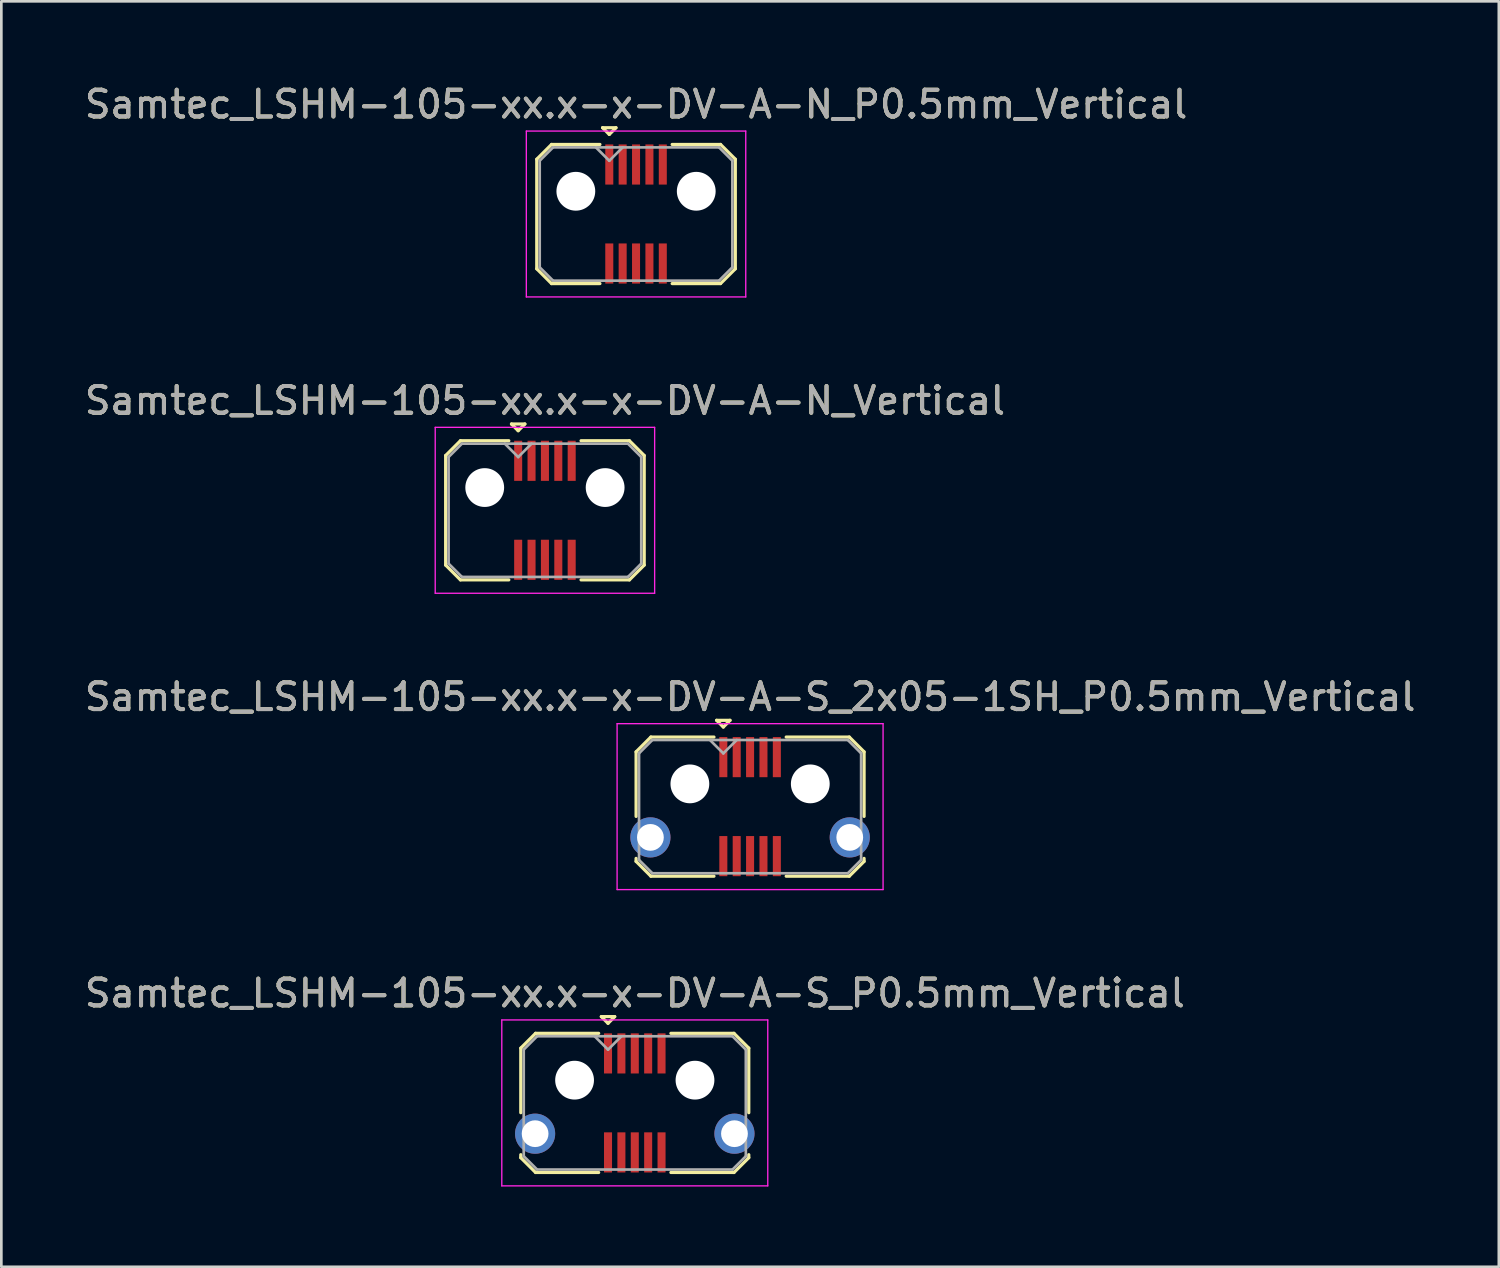
<source format=kicad_pcb>
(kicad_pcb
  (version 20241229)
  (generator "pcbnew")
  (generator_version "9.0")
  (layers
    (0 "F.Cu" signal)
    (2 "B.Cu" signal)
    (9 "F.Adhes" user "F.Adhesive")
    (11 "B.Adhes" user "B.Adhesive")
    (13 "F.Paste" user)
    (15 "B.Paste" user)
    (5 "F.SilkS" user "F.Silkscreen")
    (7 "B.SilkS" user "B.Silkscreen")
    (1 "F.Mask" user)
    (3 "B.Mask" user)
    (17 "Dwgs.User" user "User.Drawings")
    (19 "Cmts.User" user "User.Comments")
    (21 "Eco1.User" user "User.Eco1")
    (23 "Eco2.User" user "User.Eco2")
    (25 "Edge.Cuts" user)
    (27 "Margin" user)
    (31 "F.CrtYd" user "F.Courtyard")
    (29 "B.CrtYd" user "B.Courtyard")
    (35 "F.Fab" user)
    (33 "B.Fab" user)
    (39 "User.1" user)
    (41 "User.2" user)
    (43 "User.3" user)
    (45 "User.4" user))
  (footprint "Samtec_LSHM-105-xx.x-x-DV-A-S_2x05-1SH_P0.5mm_Vertical"
    (layer "F.Cu")
    (at 24.982 27.095)
    (property "Reference" "Samtec_LSHM-105-xx.x-x-DV-A-S_2x05-1SH_P0.5mm_Vertical" (at 0 -4.1 0) (layer "F.SilkS") (effects (font (size 1 1) (thickness 0.15))))
    (attr smd)
    (fp_line (start -4.26 -2.047) (end -4.26 0.365) (stroke (width 0.12) (type solid)) (layer "F.SilkS"))
    (fp_line (start -4.26 1.935) (end -4.26 2.047) (stroke (width 0.12) (type solid)) (layer "F.SilkS"))
    (fp_line (start -4.26 2.047) (end -3.707 2.6) (stroke (width 0.12) (type solid)) (layer "F.SilkS"))
    (fp_line (start -3.707 -2.6) (end -4.26 -2.047) (stroke (width 0.12) (type solid)) (layer "F.SilkS"))
    (fp_line (start -3.707 2.6) (end -1.35 2.6) (stroke (width 0.12) (type solid)) (layer "F.SilkS"))
    (fp_line (start -1.35 -2.6) (end -3.707 -2.6) (stroke (width 0.12) (type solid)) (layer "F.SilkS"))
    (fp_line (start -1.25 -3.225) (end -0.75 -3.225) (stroke (width 0.12) (type solid)) (layer "F.SilkS"))
    (fp_line (start -1 -2.975) (end -1.25 -3.225) (stroke (width 0.12) (type solid)) (layer "F.SilkS"))
    (fp_line (start -0.75 -3.225) (end -1 -2.975) (stroke (width 0.12) (type solid)) (layer "F.SilkS"))
    (fp_line (start 1.35 -2.6) (end 3.707 -2.6) (stroke (width 0.12) (type solid)) (layer "F.SilkS"))
    (fp_line (start 3.707 -2.6) (end 4.26 -2.047) (stroke (width 0.12) (type solid)) (layer "F.SilkS"))
    (fp_line (start 3.707 2.6) (end 1.35 2.6) (stroke (width 0.12) (type solid)) (layer "F.SilkS"))
    (fp_line (start 4.26 -2.047) (end 4.26 0.365) (stroke (width 0.12) (type solid)) (layer "F.SilkS"))
    (fp_line (start 4.26 1.935) (end 4.26 2.047) (stroke (width 0.12) (type solid)) (layer "F.SilkS"))
    (fp_line (start 4.26 2.047) (end 3.707 2.6) (stroke (width 0.12) (type solid)) (layer "F.SilkS"))
    (fp_line (start -4.97 -3.1) (end -4.97 3.1) (stroke (width 0.05) (type solid)) (layer "F.CrtYd"))
    (fp_line (start -4.97 3.1) (end 4.97 3.1) (stroke (width 0.05) (type solid)) (layer "F.CrtYd"))
    (fp_line (start 4.97 -3.1) (end -4.97 -3.1) (stroke (width 0.05) (type solid)) (layer "F.CrtYd"))
    (fp_line (start 4.97 3.1) (end 4.97 -3.1) (stroke (width 0.05) (type solid)) (layer "F.CrtYd"))
    (fp_line (start -4.15 -1.992) (end -4.15 1.992) (stroke (width 0.1) (type solid)) (layer "F.Fab"))
    (fp_line (start -4.15 1.992) (end -3.652 2.49) (stroke (width 0.1) (type solid)) (layer "F.Fab"))
    (fp_line (start -3.652 -2.49) (end -4.15 -1.992) (stroke (width 0.1) (type solid)) (layer "F.Fab"))
    (fp_line (start -3.652 2.49) (end 3.652 2.49) (stroke (width 0.1) (type solid)) (layer "F.Fab"))
    (fp_line (start -1 -1.99) (end -1.5 -2.49) (stroke (width 0.1) (type solid)) (layer "F.Fab"))
    (fp_line (start -0.5 -2.49) (end -1 -1.99) (stroke (width 0.1) (type solid)) (layer "F.Fab"))
    (fp_line (start 3.652 -2.49) (end -3.652 -2.49) (stroke (width 0.1) (type solid)) (layer "F.Fab"))
    (fp_line (start 3.652 2.49) (end 4.15 1.992) (stroke (width 0.1) (type solid)) (layer "F.Fab"))
    (fp_line (start 4.15 -1.992) (end 3.652 -2.49) (stroke (width 0.1) (type solid)) (layer "F.Fab"))
    (fp_line (start 4.15 1.992) (end 4.15 -1.992) (stroke (width 0.1) (type solid)) (layer "F.Fab"))
    (fp_text user "${REFERENCE}" (at 0 -4.1 0) (layer "F.Fab") (effects (font (size 1 1) (thickness 0.15))))
    (pad "" np_thru_hole circle (at -2.25 -0.85) (size 1.45 1.45) (drill 1.45) (layers "*.Cu" "*.Mask"))
    (pad "" np_thru_hole circle (at 2.25 -0.85) (size 1.45 1.45) (drill 1.45) (layers "*.Cu" "*.Mask"))
    (pad "1" smd rect (at -1 -1.85) (size 0.3 1.5) (layers "F.Cu" "F.Mask" "F.Paste"))
    (pad "2" smd rect (at -1 1.85) (size 0.3 1.5) (layers "F.Cu" "F.Mask" "F.Paste"))
    (pad "3" smd rect (at -0.5 -1.85) (size 0.3 1.5) (layers "F.Cu" "F.Mask" "F.Paste"))
    (pad "4" smd rect (at -0.5 1.85) (size 0.3 1.5) (layers "F.Cu" "F.Mask" "F.Paste"))
    (pad "5" smd rect (at 0 -1.85) (size 0.3 1.5) (layers "F.Cu" "F.Mask" "F.Paste"))
    (pad "6" smd rect (at 0 1.85) (size 0.3 1.5) (layers "F.Cu" "F.Mask" "F.Paste"))
    (pad "7" smd rect (at 0.5 -1.85) (size 0.3 1.5) (layers "F.Cu" "F.Mask" "F.Paste"))
    (pad "8" smd rect (at 0.5 1.85) (size 0.3 1.5) (layers "F.Cu" "F.Mask" "F.Paste"))
    (pad "9" smd rect (at 1 -1.85) (size 0.3 1.5) (layers "F.Cu" "F.Mask" "F.Paste"))
    (pad "10" smd rect (at 1 1.85) (size 0.3 1.5) (layers "F.Cu" "F.Mask" "F.Paste"))
    (pad "SH" thru_hole circle (at -3.725 1.15) (size 1.5 1.5) (drill 1) (layers "*.Cu" "*.Mask"))
    (pad "SH" thru_hole circle (at 3.725 1.15) (size 1.5 1.5) (drill 1) (layers "*.Cu" "*.Mask")))
  (footprint "Samtec_LSHM-105-xx.x-x-DV-A-S_P0.5mm_Vertical"
    (layer "F.Cu")
    (at 20.673 38.168)
    (property "Reference" "Samtec_LSHM-105-xx.x-x-DV-A-S_P0.5mm_Vertical" (at 0 -4.1 0) (layer "F.SilkS") (effects (font (size 1 1) (thickness 0.15))))
    (attr smd)
    (fp_line (start -4.26 -2.047) (end -4.26 0.365) (stroke (width 0.12) (type solid)) (layer "F.SilkS"))
    (fp_line (start -4.26 1.935) (end -4.26 2.047) (stroke (width 0.12) (type solid)) (layer "F.SilkS"))
    (fp_line (start -4.26 2.047) (end -3.707 2.6) (stroke (width 0.12) (type solid)) (layer "F.SilkS"))
    (fp_line (start -3.707 -2.6) (end -4.26 -2.047) (stroke (width 0.12) (type solid)) (layer "F.SilkS"))
    (fp_line (start -3.707 2.6) (end -1.35 2.6) (stroke (width 0.12) (type solid)) (layer "F.SilkS"))
    (fp_line (start -1.35 -2.6) (end -3.707 -2.6) (stroke (width 0.12) (type solid)) (layer "F.SilkS"))
    (fp_line (start -1.25 -3.225) (end -0.75 -3.225) (stroke (width 0.12) (type solid)) (layer "F.SilkS"))
    (fp_line (start -1 -2.975) (end -1.25 -3.225) (stroke (width 0.12) (type solid)) (layer "F.SilkS"))
    (fp_line (start -0.75 -3.225) (end -1 -2.975) (stroke (width 0.12) (type solid)) (layer "F.SilkS"))
    (fp_line (start 1.35 -2.6) (end 3.707 -2.6) (stroke (width 0.12) (type solid)) (layer "F.SilkS"))
    (fp_line (start 3.707 -2.6) (end 4.26 -2.047) (stroke (width 0.12) (type solid)) (layer "F.SilkS"))
    (fp_line (start 3.707 2.6) (end 1.35 2.6) (stroke (width 0.12) (type solid)) (layer "F.SilkS"))
    (fp_line (start 4.26 -2.047) (end 4.26 0.365) (stroke (width 0.12) (type solid)) (layer "F.SilkS"))
    (fp_line (start 4.26 1.935) (end 4.26 2.047) (stroke (width 0.12) (type solid)) (layer "F.SilkS"))
    (fp_line (start 4.26 2.047) (end 3.707 2.6) (stroke (width 0.12) (type solid)) (layer "F.SilkS"))
    (fp_line (start -4.97 -3.1) (end -4.97 3.1) (stroke (width 0.05) (type solid)) (layer "F.CrtYd"))
    (fp_line (start -4.97 3.1) (end 4.97 3.1) (stroke (width 0.05) (type solid)) (layer "F.CrtYd"))
    (fp_line (start 4.97 -3.1) (end -4.97 -3.1) (stroke (width 0.05) (type solid)) (layer "F.CrtYd"))
    (fp_line (start 4.97 3.1) (end 4.97 -3.1) (stroke (width 0.05) (type solid)) (layer "F.CrtYd"))
    (fp_line (start -4.15 -1.992) (end -4.15 1.992) (stroke (width 0.1) (type solid)) (layer "F.Fab"))
    (fp_line (start -4.15 1.992) (end -3.652 2.49) (stroke (width 0.1) (type solid)) (layer "F.Fab"))
    (fp_line (start -3.652 -2.49) (end -4.15 -1.992) (stroke (width 0.1) (type solid)) (layer "F.Fab"))
    (fp_line (start -3.652 2.49) (end 3.652 2.49) (stroke (width 0.1) (type solid)) (layer "F.Fab"))
    (fp_line (start -1 -1.99) (end -1.5 -2.49) (stroke (width 0.1) (type solid)) (layer "F.Fab"))
    (fp_line (start -0.5 -2.49) (end -1 -1.99) (stroke (width 0.1) (type solid)) (layer "F.Fab"))
    (fp_line (start 3.652 -2.49) (end -3.652 -2.49) (stroke (width 0.1) (type solid)) (layer "F.Fab"))
    (fp_line (start 3.652 2.49) (end 4.15 1.992) (stroke (width 0.1) (type solid)) (layer "F.Fab"))
    (fp_line (start 4.15 -1.992) (end 3.652 -2.49) (stroke (width 0.1) (type solid)) (layer "F.Fab"))
    (fp_line (start 4.15 1.992) (end 4.15 -1.992) (stroke (width 0.1) (type solid)) (layer "F.Fab"))
    (fp_text user "${REFERENCE}" (at 0 -4.1 0) (layer "F.Fab") (effects (font (size 1 1) (thickness 0.15))))
    (pad "" np_thru_hole circle (at -2.25 -0.85) (size 1.45 1.45) (drill 1.45) (layers "*.Cu" "*.Mask"))
    (pad "" np_thru_hole circle (at 2.25 -0.85) (size 1.45 1.45) (drill 1.45) (layers "*.Cu" "*.Mask"))
    (pad "1" smd rect (at -1 -1.85) (size 0.3 1.5) (layers "F.Cu" "F.Mask" "F.Paste"))
    (pad "2" smd rect (at -1 1.85) (size 0.3 1.5) (layers "F.Cu" "F.Mask" "F.Paste"))
    (pad "3" smd rect (at -0.5 -1.85) (size 0.3 1.5) (layers "F.Cu" "F.Mask" "F.Paste"))
    (pad "4" smd rect (at -0.5 1.85) (size 0.3 1.5) (layers "F.Cu" "F.Mask" "F.Paste"))
    (pad "5" smd rect (at 0 -1.85) (size 0.3 1.5) (layers "F.Cu" "F.Mask" "F.Paste"))
    (pad "6" smd rect (at 0 1.85) (size 0.3 1.5) (layers "F.Cu" "F.Mask" "F.Paste"))
    (pad "7" smd rect (at 0.5 -1.85) (size 0.3 1.5) (layers "F.Cu" "F.Mask" "F.Paste"))
    (pad "8" smd rect (at 0.5 1.85) (size 0.3 1.5) (layers "F.Cu" "F.Mask" "F.Paste"))
    (pad "9" smd rect (at 1 -1.85) (size 0.3 1.5) (layers "F.Cu" "F.Mask" "F.Paste"))
    (pad "10" smd rect (at 1 1.85) (size 0.3 1.5) (layers "F.Cu" "F.Mask" "F.Paste"))
    (pad "SH" thru_hole circle (at -3.725 1.15) (size 1.5 1.5) (drill 1) (layers "*.Cu" "*.Mask"))
    (pad "SH" thru_hole circle (at 3.725 1.15) (size 1.5 1.5) (drill 1) (layers "*.Cu" "*.Mask")))
  (footprint "Samtec_LSHM-105-xx.x-x-DV-A-N_Vertical"
    (layer "F.Cu")
    (at 17.315 16.021)
    (property "Reference" "Samtec_LSHM-105-xx.x-x-DV-A-N_Vertical" (at 0 -4.1 0) (layer "F.SilkS") (effects (font (size 1 1) (thickness 0.15))))
    (attr smd)
    (fp_line (start -3.71 -2.047) (end -3.71 2.047) (stroke (width 0.12) (type solid)) (layer "F.SilkS"))
    (fp_line (start -3.71 2.047) (end -3.157 2.6) (stroke (width 0.12) (type solid)) (layer "F.SilkS"))
    (fp_line (start -3.157 -2.6) (end -3.71 -2.047) (stroke (width 0.12) (type solid)) (layer "F.SilkS"))
    (fp_line (start -3.157 2.6) (end -1.35 2.6) (stroke (width 0.12) (type solid)) (layer "F.SilkS"))
    (fp_line (start -1.35 -2.6) (end -3.157 -2.6) (stroke (width 0.12) (type solid)) (layer "F.SilkS"))
    (fp_line (start -1.25 -3.225) (end -0.75 -3.225) (stroke (width 0.12) (type solid)) (layer "F.SilkS"))
    (fp_line (start -1 -2.975) (end -1.25 -3.225) (stroke (width 0.12) (type solid)) (layer "F.SilkS"))
    (fp_line (start -0.75 -3.225) (end -1 -2.975) (stroke (width 0.12) (type solid)) (layer "F.SilkS"))
    (fp_line (start 1.35 -2.6) (end 3.157 -2.6) (stroke (width 0.12) (type solid)) (layer "F.SilkS"))
    (fp_line (start 3.157 -2.6) (end 3.71 -2.047) (stroke (width 0.12) (type solid)) (layer "F.SilkS"))
    (fp_line (start 3.157 2.6) (end 1.35 2.6) (stroke (width 0.12) (type solid)) (layer "F.SilkS"))
    (fp_line (start 3.71 -2.047) (end 3.71 2.047) (stroke (width 0.12) (type solid)) (layer "F.SilkS"))
    (fp_line (start 3.71 2.047) (end 3.157 2.6) (stroke (width 0.12) (type solid)) (layer "F.SilkS"))
    (fp_line (start -4.1 -3.1) (end -4.1 3.1) (stroke (width 0.05) (type solid)) (layer "F.CrtYd"))
    (fp_line (start -4.1 3.1) (end 4.1 3.1) (stroke (width 0.05) (type solid)) (layer "F.CrtYd"))
    (fp_line (start 4.1 -3.1) (end -4.1 -3.1) (stroke (width 0.05) (type solid)) (layer "F.CrtYd"))
    (fp_line (start 4.1 3.1) (end 4.1 -3.1) (stroke (width 0.05) (type solid)) (layer "F.CrtYd"))
    (fp_line (start -3.6 -1.992) (end -3.6 1.992) (stroke (width 0.1) (type solid)) (layer "F.Fab"))
    (fp_line (start -3.6 1.992) (end -3.102 2.49) (stroke (width 0.1) (type solid)) (layer "F.Fab"))
    (fp_line (start -3.102 -2.49) (end -3.6 -1.992) (stroke (width 0.1) (type solid)) (layer "F.Fab"))
    (fp_line (start -3.102 2.49) (end 3.102 2.49) (stroke (width 0.1) (type solid)) (layer "F.Fab"))
    (fp_line (start -1 -1.99) (end -1.5 -2.49) (stroke (width 0.1) (type solid)) (layer "F.Fab"))
    (fp_line (start -0.5 -2.49) (end -1 -1.99) (stroke (width 0.1) (type solid)) (layer "F.Fab"))
    (fp_line (start 3.102 -2.49) (end -3.102 -2.49) (stroke (width 0.1) (type solid)) (layer "F.Fab"))
    (fp_line (start 3.102 2.49) (end 3.6 1.992) (stroke (width 0.1) (type solid)) (layer "F.Fab"))
    (fp_line (start 3.6 -1.992) (end 3.102 -2.49) (stroke (width 0.1) (type solid)) (layer "F.Fab"))
    (fp_line (start 3.6 1.992) (end 3.6 -1.992) (stroke (width 0.1) (type solid)) (layer "F.Fab"))
    (fp_text user "${REFERENCE}" (at 0 -4.1 0) (layer "F.Fab") (effects (font (size 1 1) (thickness 0.15))))
    (pad "" np_thru_hole circle (at -2.25 -0.85) (size 1.45 1.45) (drill 1.45) (layers "*.Cu" "*.Mask"))
    (pad "" np_thru_hole circle (at 2.25 -0.85) (size 1.45 1.45) (drill 1.45) (layers "*.Cu" "*.Mask"))
    (pad "1" smd rect (at -1 -1.85) (size 0.3 1.5) (layers "F.Cu" "F.Mask" "F.Paste"))
    (pad "2" smd rect (at -1 1.85) (size 0.3 1.5) (layers "F.Cu" "F.Mask" "F.Paste"))
    (pad "3" smd rect (at -0.5 -1.85) (size 0.3 1.5) (layers "F.Cu" "F.Mask" "F.Paste"))
    (pad "4" smd rect (at -0.5 1.85) (size 0.3 1.5) (layers "F.Cu" "F.Mask" "F.Paste"))
    (pad "5" smd rect (at 0 -1.85) (size 0.3 1.5) (layers "F.Cu" "F.Mask" "F.Paste"))
    (pad "6" smd rect (at 0 1.85) (size 0.3 1.5) (layers "F.Cu" "F.Mask" "F.Paste"))
    (pad "7" smd rect (at 0.5 -1.85) (size 0.3 1.5) (layers "F.Cu" "F.Mask" "F.Paste"))
    (pad "8" smd rect (at 0.5 1.85) (size 0.3 1.5) (layers "F.Cu" "F.Mask" "F.Paste"))
    (pad "9" smd rect (at 1 -1.85) (size 0.3 1.5) (layers "F.Cu" "F.Mask" "F.Paste"))
    (pad "10" smd rect (at 1 1.85) (size 0.3 1.5) (layers "F.Cu" "F.Mask" "F.Paste")))
  (footprint "Samtec_LSHM-105-xx.x-x-DV-A-N_P0.5mm_Vertical"
    (layer "F.Cu")
    (at 20.72 4.948)
    (property "Reference" "Samtec_LSHM-105-xx.x-x-DV-A-N_P0.5mm_Vertical" (at 0 -4.1 0) (layer "F.SilkS") (effects (font (size 1 1) (thickness 0.15))))
    (attr smd)
    (fp_line (start -3.71 -2.047) (end -3.71 2.047) (stroke (width 0.12) (type solid)) (layer "F.SilkS"))
    (fp_line (start -3.71 2.047) (end -3.157 2.6) (stroke (width 0.12) (type solid)) (layer "F.SilkS"))
    (fp_line (start -3.157 -2.6) (end -3.71 -2.047) (stroke (width 0.12) (type solid)) (layer "F.SilkS"))
    (fp_line (start -3.157 2.6) (end -1.35 2.6) (stroke (width 0.12) (type solid)) (layer "F.SilkS"))
    (fp_line (start -1.35 -2.6) (end -3.157 -2.6) (stroke (width 0.12) (type solid)) (layer "F.SilkS"))
    (fp_line (start -1.25 -3.225) (end -0.75 -3.225) (stroke (width 0.12) (type solid)) (layer "F.SilkS"))
    (fp_line (start -1 -2.975) (end -1.25 -3.225) (stroke (width 0.12) (type solid)) (layer "F.SilkS"))
    (fp_line (start -0.75 -3.225) (end -1 -2.975) (stroke (width 0.12) (type solid)) (layer "F.SilkS"))
    (fp_line (start 1.35 -2.6) (end 3.157 -2.6) (stroke (width 0.12) (type solid)) (layer "F.SilkS"))
    (fp_line (start 3.157 -2.6) (end 3.71 -2.047) (stroke (width 0.12) (type solid)) (layer "F.SilkS"))
    (fp_line (start 3.157 2.6) (end 1.35 2.6) (stroke (width 0.12) (type solid)) (layer "F.SilkS"))
    (fp_line (start 3.71 -2.047) (end 3.71 2.047) (stroke (width 0.12) (type solid)) (layer "F.SilkS"))
    (fp_line (start 3.71 2.047) (end 3.157 2.6) (stroke (width 0.12) (type solid)) (layer "F.SilkS"))
    (fp_line (start -4.1 -3.1) (end -4.1 3.1) (stroke (width 0.05) (type solid)) (layer "F.CrtYd"))
    (fp_line (start -4.1 3.1) (end 4.1 3.1) (stroke (width 0.05) (type solid)) (layer "F.CrtYd"))
    (fp_line (start 4.1 -3.1) (end -4.1 -3.1) (stroke (width 0.05) (type solid)) (layer "F.CrtYd"))
    (fp_line (start 4.1 3.1) (end 4.1 -3.1) (stroke (width 0.05) (type solid)) (layer "F.CrtYd"))
    (fp_line (start -3.6 -1.992) (end -3.6 1.992) (stroke (width 0.1) (type solid)) (layer "F.Fab"))
    (fp_line (start -3.6 1.992) (end -3.102 2.49) (stroke (width 0.1) (type solid)) (layer "F.Fab"))
    (fp_line (start -3.102 -2.49) (end -3.6 -1.992) (stroke (width 0.1) (type solid)) (layer "F.Fab"))
    (fp_line (start -3.102 2.49) (end 3.102 2.49) (stroke (width 0.1) (type solid)) (layer "F.Fab"))
    (fp_line (start -1 -1.99) (end -1.5 -2.49) (stroke (width 0.1) (type solid)) (layer "F.Fab"))
    (fp_line (start -0.5 -2.49) (end -1 -1.99) (stroke (width 0.1) (type solid)) (layer "F.Fab"))
    (fp_line (start 3.102 -2.49) (end -3.102 -2.49) (stroke (width 0.1) (type solid)) (layer "F.Fab"))
    (fp_line (start 3.102 2.49) (end 3.6 1.992) (stroke (width 0.1) (type solid)) (layer "F.Fab"))
    (fp_line (start 3.6 -1.992) (end 3.102 -2.49) (stroke (width 0.1) (type solid)) (layer "F.Fab"))
    (fp_line (start 3.6 1.992) (end 3.6 -1.992) (stroke (width 0.1) (type solid)) (layer "F.Fab"))
    (fp_text user "${REFERENCE}" (at 0 -4.1 0) (layer "F.Fab") (effects (font (size 1 1) (thickness 0.15))))
    (pad "" np_thru_hole circle (at -2.25 -0.85) (size 1.45 1.45) (drill 1.45) (layers "*.Cu" "*.Mask"))
    (pad "" np_thru_hole circle (at 2.25 -0.85) (size 1.45 1.45) (drill 1.45) (layers "*.Cu" "*.Mask"))
    (pad "1" smd rect (at -1 -1.85) (size 0.3 1.5) (layers "F.Cu" "F.Mask" "F.Paste"))
    (pad "2" smd rect (at -1 1.85) (size 0.3 1.5) (layers "F.Cu" "F.Mask" "F.Paste"))
    (pad "3" smd rect (at -0.5 -1.85) (size 0.3 1.5) (layers "F.Cu" "F.Mask" "F.Paste"))
    (pad "4" smd rect (at -0.5 1.85) (size 0.3 1.5) (layers "F.Cu" "F.Mask" "F.Paste"))
    (pad "5" smd rect (at 0 -1.85) (size 0.3 1.5) (layers "F.Cu" "F.Mask" "F.Paste"))
    (pad "6" smd rect (at 0 1.85) (size 0.3 1.5) (layers "F.Cu" "F.Mask" "F.Paste"))
    (pad "7" smd rect (at 0.5 -1.85) (size 0.3 1.5) (layers "F.Cu" "F.Mask" "F.Paste"))
    (pad "8" smd rect (at 0.5 1.85) (size 0.3 1.5) (layers "F.Cu" "F.Mask" "F.Paste"))
    (pad "9" smd rect (at 1 -1.85) (size 0.3 1.5) (layers "F.Cu" "F.Mask" "F.Paste"))
    (pad "10" smd rect (at 1 1.85) (size 0.3 1.5) (layers "F.Cu" "F.Mask" "F.Paste")))
  (gr_rect
    (start -3 -3)
    (end 52.964 44.293)
    (stroke (width 0.1) (type default))
    (fill no)
    (layer "Edge.Cuts")))
</source>
